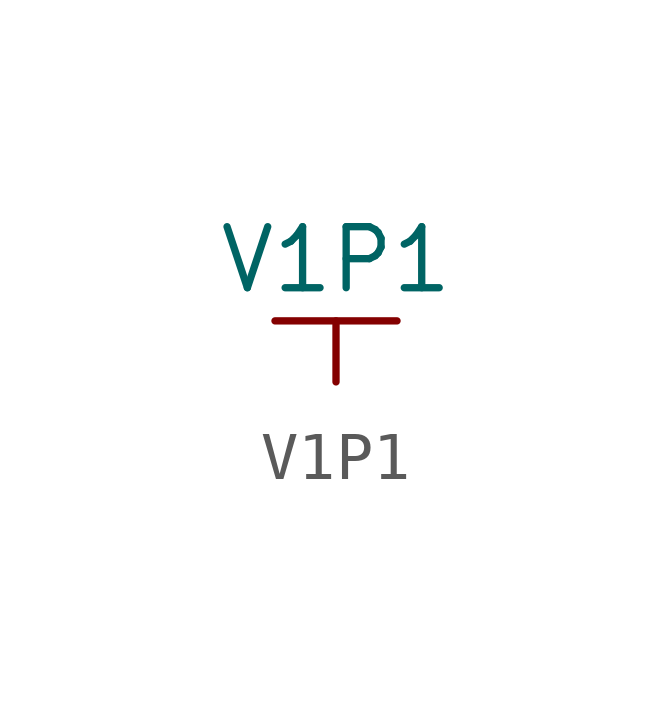
<source format=kicad_sym>
(kicad_symbol_lib
  (version 20220914)
  (generator kicad_symbol_editor)
  (symbol "V1P1"
    (power)
    (pin_numbers hide)
    (pin_names hide)
    (property "Reference" "#PWR"
      (at 0 -2.54 0)
      (effects (font (size 1.27 1.27)) hide))
    (property "Value" "V1P1"
      (at 0 1.27 0)
      (effects (font (size 1.27 1.27))))
    (symbol "V1P1_0_1"
      (polyline (pts (xy -1.27 0) (xy 1.27 0)) (stroke (width 0) (type default)) (fill (type none))))
    (symbol "V1P1_1_1"
      (pin power_in line (at 0 -1.27 90) (length 1.27) (name "V1P1" (effects (font (size 1.27 1.27)))) (number "1" (effects (font (size 1.27 1.27))))))))
</source>
